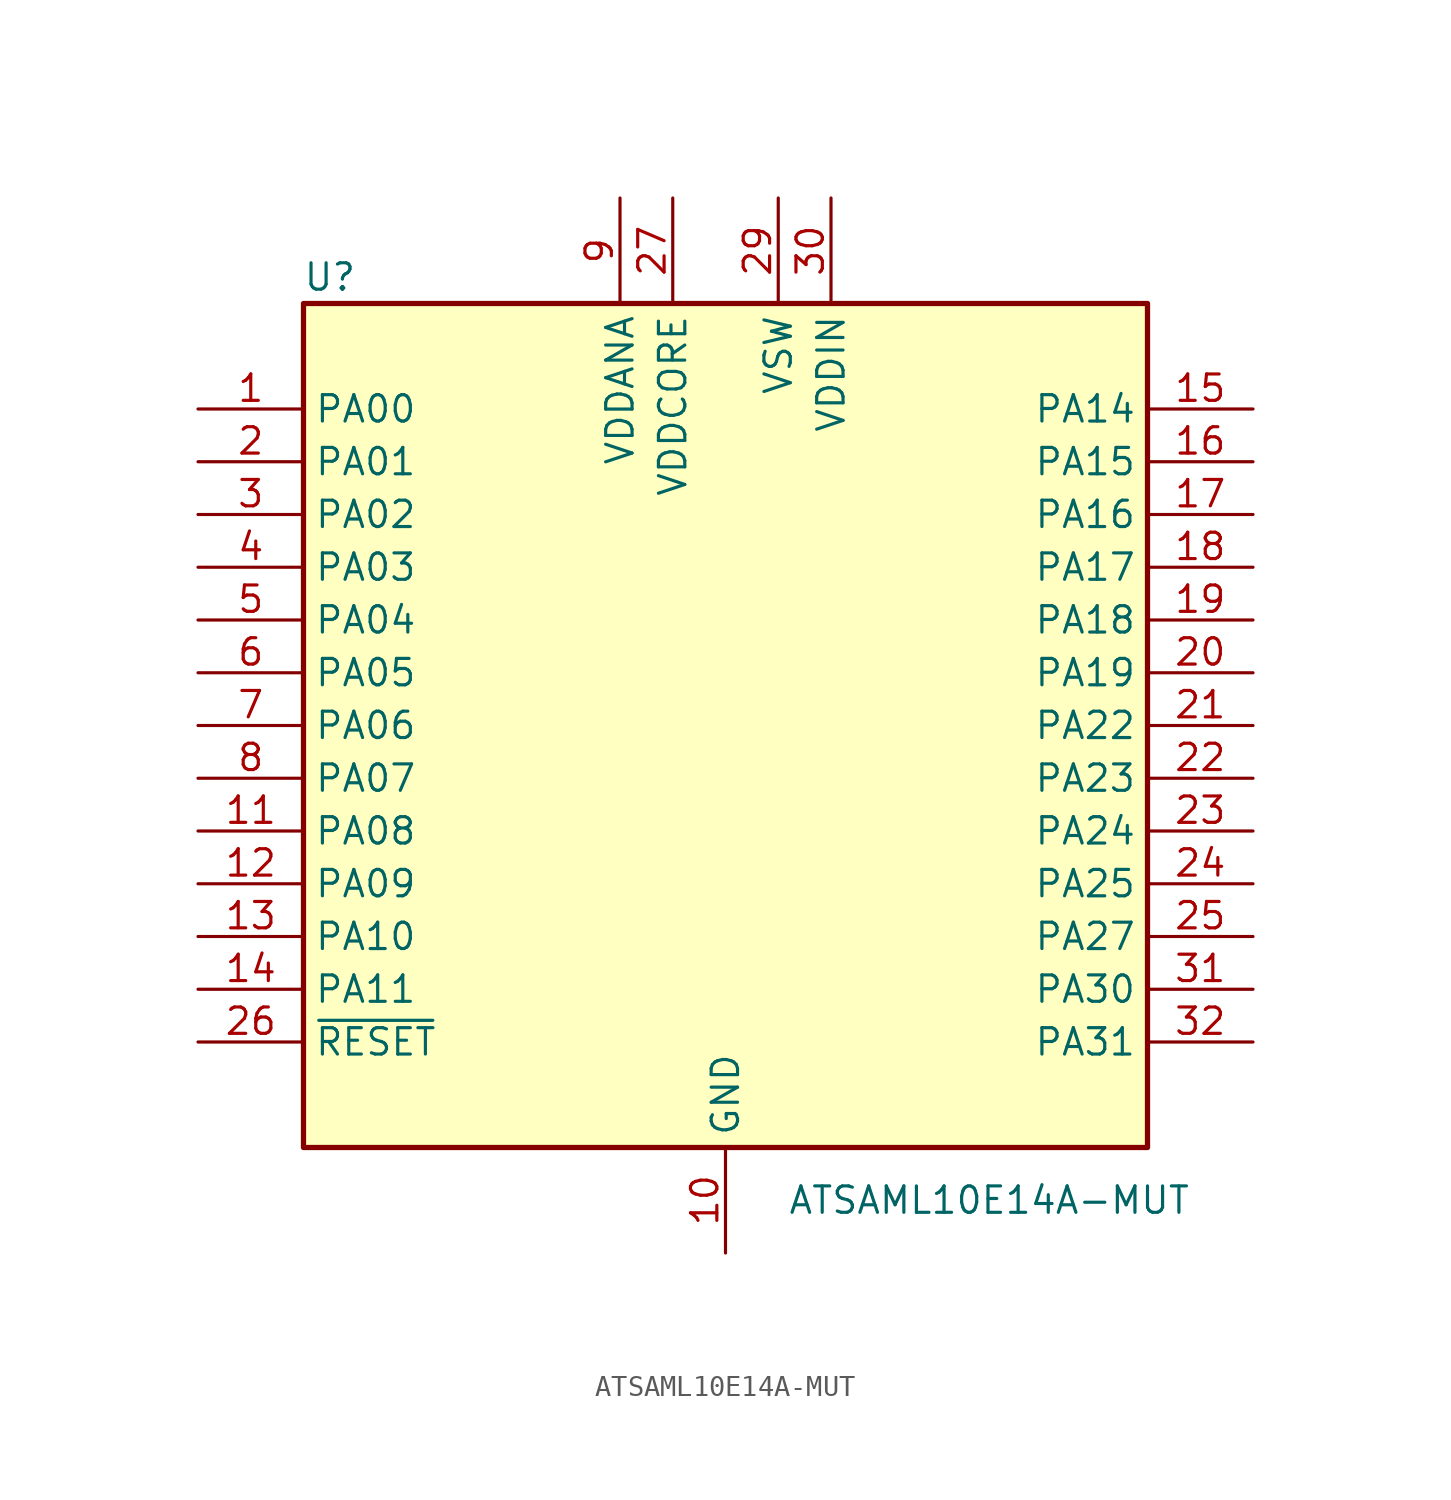
<source format=kicad_sym>
(kicad_symbol_lib
  (version 20220914)
  (generator kicad_symbol_editor)
  (symbol "ATSAML10E14A-MUT"
    (property "Reference" "U"
      (at -19.05 21.59 0)
      (effects (font (size 1.27 1.27))))
    (property "Value" "ATSAML10E14A-MUT"
      (at 12.7 -22.86 0)
      (effects (font (size 1.27 1.27))))
    (symbol "ATSAML10E14A-MUT_0_1"
      (rectangle (start -20.32 20.32) (end 20.32 -20.32) (stroke (width 0.254) (type default)) (fill (type background))))
    (symbol "ATSAML10E14A-MUT_1_1"
      (pin bidirectional line (at -25.4 15.24 0) (length 5.08) (name "PA00" (effects (font (size 1.27 1.27)))) (number "1" (effects (font (size 1.27 1.27)))))
      (pin power_in line (at 0 -25.4 90) (length 5.08) (name "GND" (effects (font (size 1.27 1.27)))) (number "10" (effects (font (size 1.27 1.27)))))
      (pin bidirectional line (at -25.4 -5.08 0) (length 5.08) (name "PA08" (effects (font (size 1.27 1.27)))) (number "11" (effects (font (size 1.27 1.27)))))
      (pin bidirectional line (at -25.4 -7.62 0) (length 5.08) (name "PA09" (effects (font (size 1.27 1.27)))) (number "12" (effects (font (size 1.27 1.27)))))
      (pin bidirectional line (at -25.4 -10.16 0) (length 5.08) (name "PA10" (effects (font (size 1.27 1.27)))) (number "13" (effects (font (size 1.27 1.27)))))
      (pin bidirectional line (at -25.4 -12.7 0) (length 5.08) (name "PA11" (effects (font (size 1.27 1.27)))) (number "14" (effects (font (size 1.27 1.27)))))
      (pin bidirectional line (at 25.4 15.24 180) (length 5.08) (name "PA14" (effects (font (size 1.27 1.27)))) (number "15" (effects (font (size 1.27 1.27)))))
      (pin bidirectional line (at 25.4 12.7 180) (length 5.08) (name "PA15" (effects (font (size 1.27 1.27)))) (number "16" (effects (font (size 1.27 1.27)))))
      (pin bidirectional line (at 25.4 10.16 180) (length 5.08) (name "PA16" (effects (font (size 1.27 1.27)))) (number "17" (effects (font (size 1.27 1.27)))))
      (pin bidirectional line (at 25.4 7.62 180) (length 5.08) (name "PA17" (effects (font (size 1.27 1.27)))) (number "18" (effects (font (size 1.27 1.27)))))
      (pin bidirectional line (at 25.4 5.08 180) (length 5.08) (name "PA18" (effects (font (size 1.27 1.27)))) (number "19" (effects (font (size 1.27 1.27)))))
      (pin bidirectional line (at -25.4 12.7 0) (length 5.08) (name "PA01" (effects (font (size 1.27 1.27)))) (number "2" (effects (font (size 1.27 1.27)))))
      (pin bidirectional line (at 25.4 2.54 180) (length 5.08) (name "PA19" (effects (font (size 1.27 1.27)))) (number "20" (effects (font (size 1.27 1.27)))))
      (pin bidirectional line (at 25.4 0 180) (length 5.08) (name "PA22" (effects (font (size 1.27 1.27)))) (number "21" (effects (font (size 1.27 1.27)))))
      (pin bidirectional line (at 25.4 -2.54 180) (length 5.08) (name "PA23" (effects (font (size 1.27 1.27)))) (number "22" (effects (font (size 1.27 1.27)))))
      (pin bidirectional line (at 25.4 -5.08 180) (length 5.08) (name "PA24" (effects (font (size 1.27 1.27)))) (number "23" (effects (font (size 1.27 1.27)))))
      (pin bidirectional line (at 25.4 -7.62 180) (length 5.08) (name "PA25" (effects (font (size 1.27 1.27)))) (number "24" (effects (font (size 1.27 1.27)))))
      (pin bidirectional line (at 25.4 -10.16 180) (length 5.08) (name "PA27" (effects (font (size 1.27 1.27)))) (number "25" (effects (font (size 1.27 1.27)))))
      (pin input line (at -25.4 -15.24 0) (length 5.08) (name "~{RESET}" (effects (font (size 1.27 1.27)))) (number "26" (effects (font (size 1.27 1.27)))))
      (pin power_in line (at -2.54 25.4 270) (length 5.08) (name "VDDCORE" (effects (font (size 1.27 1.27)))) (number "27" (effects (font (size 1.27 1.27)))))
      (pin passive line (at 0 -25.4 90) (length 5.08) hide (name "GND" (effects (font (size 1.27 1.27)))) (number "28" (effects (font (size 1.27 1.27)))))
      (pin power_out line (at 2.54 25.4 270) (length 5.08) (name "VSW" (effects (font (size 1.27 1.27)))) (number "29" (effects (font (size 1.27 1.27)))))
      (pin bidirectional line (at -25.4 10.16 0) (length 5.08) (name "PA02" (effects (font (size 1.27 1.27)))) (number "3" (effects (font (size 1.27 1.27)))))
      (pin power_in line (at 5.08 25.4 270) (length 5.08) (name "VDDIN" (effects (font (size 1.27 1.27)))) (number "30" (effects (font (size 1.27 1.27)))))
      (pin bidirectional line (at 25.4 -12.7 180) (length 5.08) (name "PA30" (effects (font (size 1.27 1.27)))) (number "31" (effects (font (size 1.27 1.27)))))
      (pin bidirectional line (at 25.4 -15.24 180) (length 5.08) (name "PA31" (effects (font (size 1.27 1.27)))) (number "32" (effects (font (size 1.27 1.27)))))
      (pin bidirectional line (at -25.4 7.62 0) (length 5.08) (name "PA03" (effects (font (size 1.27 1.27)))) (number "4" (effects (font (size 1.27 1.27)))))
      (pin bidirectional line (at -25.4 5.08 0) (length 5.08) (name "PA04" (effects (font (size 1.27 1.27)))) (number "5" (effects (font (size 1.27 1.27)))))
      (pin bidirectional line (at -25.4 2.54 0) (length 5.08) (name "PA05" (effects (font (size 1.27 1.27)))) (number "6" (effects (font (size 1.27 1.27)))))
      (pin bidirectional line (at -25.4 0 0) (length 5.08) (name "PA06" (effects (font (size 1.27 1.27)))) (number "7" (effects (font (size 1.27 1.27)))))
      (pin bidirectional line (at -25.4 -2.54 0) (length 5.08) (name "PA07" (effects (font (size 1.27 1.27)))) (number "8" (effects (font (size 1.27 1.27)))))
      (pin power_in line (at -5.08 25.4 270) (length 5.08) (name "VDDANA" (effects (font (size 1.27 1.27)))) (number "9" (effects (font (size 1.27 1.27))))))))
</source>
